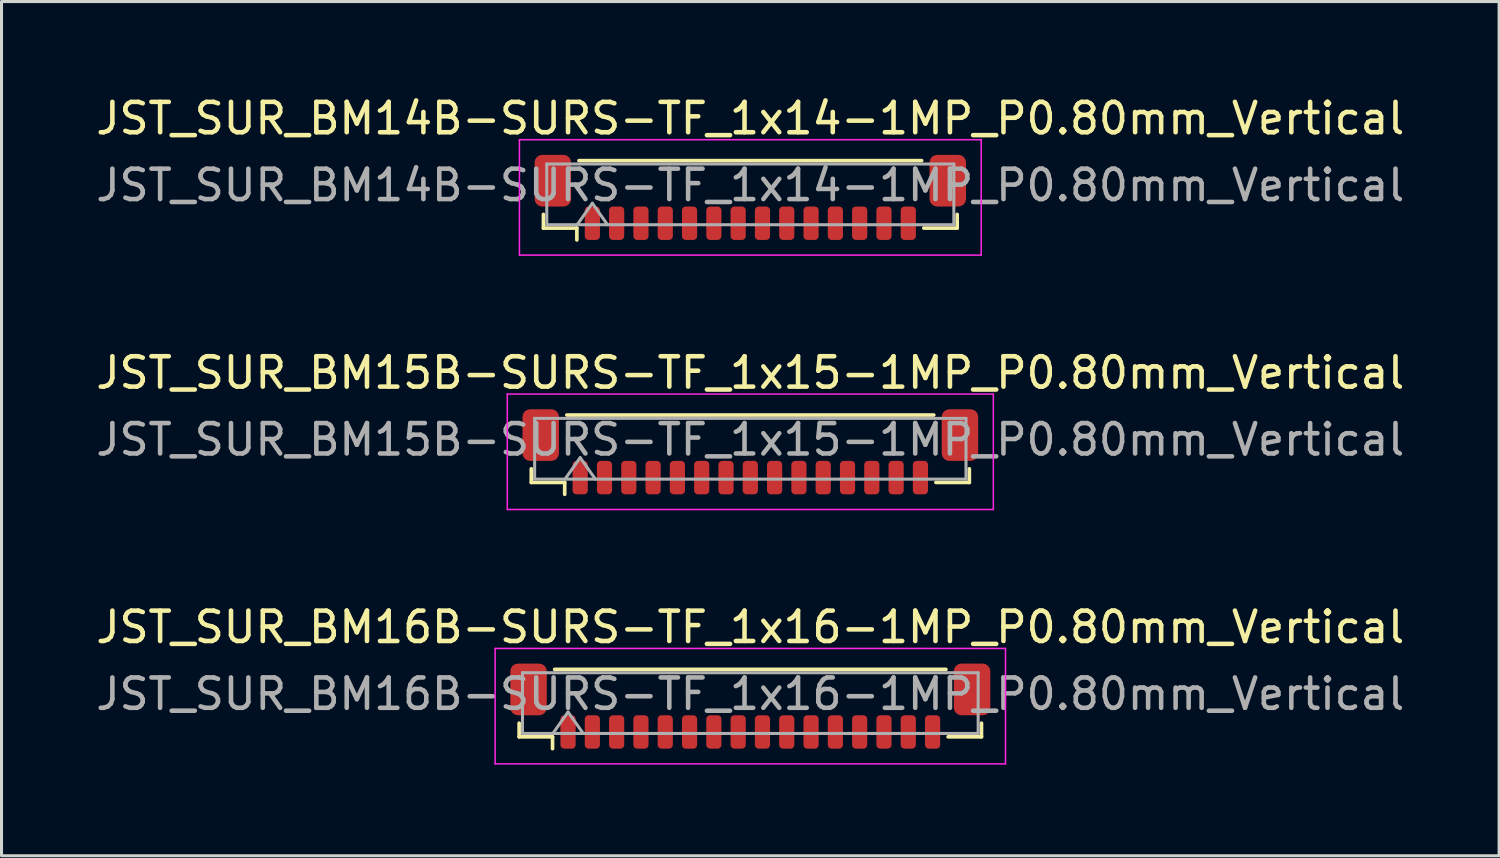
<source format=kicad_pcb>
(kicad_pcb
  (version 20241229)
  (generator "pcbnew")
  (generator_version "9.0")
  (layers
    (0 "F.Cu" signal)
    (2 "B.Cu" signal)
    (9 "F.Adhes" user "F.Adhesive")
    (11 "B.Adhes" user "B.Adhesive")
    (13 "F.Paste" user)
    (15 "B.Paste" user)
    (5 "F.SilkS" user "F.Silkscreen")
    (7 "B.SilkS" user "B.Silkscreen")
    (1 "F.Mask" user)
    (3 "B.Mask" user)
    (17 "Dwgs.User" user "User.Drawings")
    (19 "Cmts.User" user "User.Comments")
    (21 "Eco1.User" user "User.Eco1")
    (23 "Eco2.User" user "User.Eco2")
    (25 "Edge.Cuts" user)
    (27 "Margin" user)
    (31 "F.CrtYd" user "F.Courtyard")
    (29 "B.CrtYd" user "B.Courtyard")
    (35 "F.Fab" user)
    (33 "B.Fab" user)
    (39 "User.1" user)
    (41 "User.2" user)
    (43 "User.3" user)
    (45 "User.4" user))
  (footprint "JST_SUR_BM16B-SURS-TF_1x16-1MP_P0.80mm_Vertical"
    (layer "F.Cu")
    (at 21.649 20.195)
    (property "Reference" "JST_SUR_BM16B-SURS-TF_1x16-1MP_P0.80mm_Vertical" (at 0 -2.6 0) (layer "F.SilkS") (effects (font (size 1 1) (thickness 0.15))))
    (attr smd)
    (fp_line (start -7.61 0.56) (end -7.61 1.01) (stroke (width 0.12) (type solid)) (layer "F.SilkS"))
    (fp_line (start -7.61 1.01) (end -6.51 1.01) (stroke (width 0.12) (type solid)) (layer "F.SilkS"))
    (fp_line (start -6.51 1.01) (end -6.51 1.4) (stroke (width 0.12) (type solid)) (layer "F.SilkS"))
    (fp_line (start -6.44 -1.21) (end 6.44 -1.21) (stroke (width 0.12) (type solid)) (layer "F.SilkS"))
    (fp_line (start 7.61 0.56) (end 7.61 1.01) (stroke (width 0.12) (type solid)) (layer "F.SilkS"))
    (fp_line (start 7.61 1.01) (end 6.51 1.01) (stroke (width 0.12) (type solid)) (layer "F.SilkS"))
    (fp_line (start -8.4 -1.9) (end -8.4 1.9) (stroke (width 0.05) (type solid)) (layer "F.CrtYd"))
    (fp_line (start -8.4 1.9) (end 8.4 1.9) (stroke (width 0.05) (type solid)) (layer "F.CrtYd"))
    (fp_line (start 8.4 -1.9) (end -8.4 -1.9) (stroke (width 0.05) (type solid)) (layer "F.CrtYd"))
    (fp_line (start 8.4 1.9) (end 8.4 -1.9) (stroke (width 0.05) (type solid)) (layer "F.CrtYd"))
    (fp_line (start -7.5 -1.1) (end 7.5 -1.1) (stroke (width 0.1) (type solid)) (layer "F.Fab"))
    (fp_line (start -7.5 0.9) (end -7.5 -1.1) (stroke (width 0.1) (type solid)) (layer "F.Fab"))
    (fp_line (start -7.5 0.9) (end 7.5 0.9) (stroke (width 0.1) (type solid)) (layer "F.Fab"))
    (fp_line (start -6.5 0.9) (end -6 0.193) (stroke (width 0.1) (type solid)) (layer "F.Fab"))
    (fp_line (start -6 0.193) (end -5.5 0.9) (stroke (width 0.1) (type solid)) (layer "F.Fab"))
    (fp_line (start 7.5 0.9) (end 7.5 -1.1) (stroke (width 0.1) (type solid)) (layer "F.Fab"))
    (fp_text user "${REFERENCE}" (at 0 -0.4 0) (layer "F.Fab") (effects (font (size 1 1) (thickness 0.15))))
    (pad "1" smd roundrect (at -6 0.85) (size 0.5 1.1) (layers "F.Cu" "F.Mask" "F.Paste") (roundrect_rratio 0.25))
    (pad "2" smd roundrect (at -5.2 0.85) (size 0.5 1.1) (layers "F.Cu" "F.Mask" "F.Paste") (roundrect_rratio 0.25))
    (pad "3" smd roundrect (at -4.4 0.85) (size 0.5 1.1) (layers "F.Cu" "F.Mask" "F.Paste") (roundrect_rratio 0.25))
    (pad "4" smd roundrect (at -3.6 0.85) (size 0.5 1.1) (layers "F.Cu" "F.Mask" "F.Paste") (roundrect_rratio 0.25))
    (pad "5" smd roundrect (at -2.8 0.85) (size 0.5 1.1) (layers "F.Cu" "F.Mask" "F.Paste") (roundrect_rratio 0.25))
    (pad "6" smd roundrect (at -2 0.85) (size 0.5 1.1) (layers "F.Cu" "F.Mask" "F.Paste") (roundrect_rratio 0.25))
    (pad "7" smd roundrect (at -1.2 0.85) (size 0.5 1.1) (layers "F.Cu" "F.Mask" "F.Paste") (roundrect_rratio 0.25))
    (pad "8" smd roundrect (at -0.4 0.85) (size 0.5 1.1) (layers "F.Cu" "F.Mask" "F.Paste") (roundrect_rratio 0.25))
    (pad "9" smd roundrect (at 0.4 0.85) (size 0.5 1.1) (layers "F.Cu" "F.Mask" "F.Paste") (roundrect_rratio 0.25))
    (pad "10" smd roundrect (at 1.2 0.85) (size 0.5 1.1) (layers "F.Cu" "F.Mask" "F.Paste") (roundrect_rratio 0.25))
    (pad "11" smd roundrect (at 2 0.85) (size 0.5 1.1) (layers "F.Cu" "F.Mask" "F.Paste") (roundrect_rratio 0.25))
    (pad "12" smd roundrect (at 2.8 0.85) (size 0.5 1.1) (layers "F.Cu" "F.Mask" "F.Paste") (roundrect_rratio 0.25))
    (pad "13" smd roundrect (at 3.6 0.85) (size 0.5 1.1) (layers "F.Cu" "F.Mask" "F.Paste") (roundrect_rratio 0.25))
    (pad "14" smd roundrect (at 4.4 0.85) (size 0.5 1.1) (layers "F.Cu" "F.Mask" "F.Paste") (roundrect_rratio 0.25))
    (pad "15" smd roundrect (at 5.2 0.85) (size 0.5 1.1) (layers "F.Cu" "F.Mask" "F.Paste") (roundrect_rratio 0.25))
    (pad "16" smd roundrect (at 6 0.85) (size 0.5 1.1) (layers "F.Cu" "F.Mask" "F.Paste") (roundrect_rratio 0.25))
    (pad "MP" smd roundrect (at -7.3 -0.55) (size 1.2 1.7) (layers "F.Cu" "F.Mask" "F.Paste") (roundrect_rratio 0.208))
    (pad "MP" smd roundrect (at 7.3 -0.55) (size 1.2 1.7) (layers "F.Cu" "F.Mask" "F.Paste") (roundrect_rratio 0.208)))
  (footprint "JST_SUR_BM14B-SURS-TF_1x14-1MP_P0.80mm_Vertical"
    (layer "F.Cu")
    (at 21.649 3.448)
    (property "Reference" "JST_SUR_BM14B-SURS-TF_1x14-1MP_P0.80mm_Vertical" (at 0 -2.6 0) (layer "F.SilkS") (effects (font (size 1 1) (thickness 0.15))))
    (attr smd)
    (fp_line (start -6.81 0.56) (end -6.81 1.01) (stroke (width 0.12) (type solid)) (layer "F.SilkS"))
    (fp_line (start -6.81 1.01) (end -5.71 1.01) (stroke (width 0.12) (type solid)) (layer "F.SilkS"))
    (fp_line (start -5.71 1.01) (end -5.71 1.4) (stroke (width 0.12) (type solid)) (layer "F.SilkS"))
    (fp_line (start -5.64 -1.21) (end 5.64 -1.21) (stroke (width 0.12) (type solid)) (layer "F.SilkS"))
    (fp_line (start 6.81 0.56) (end 6.81 1.01) (stroke (width 0.12) (type solid)) (layer "F.SilkS"))
    (fp_line (start 6.81 1.01) (end 5.71 1.01) (stroke (width 0.12) (type solid)) (layer "F.SilkS"))
    (fp_line (start -7.6 -1.9) (end -7.6 1.9) (stroke (width 0.05) (type solid)) (layer "F.CrtYd"))
    (fp_line (start -7.6 1.9) (end 7.6 1.9) (stroke (width 0.05) (type solid)) (layer "F.CrtYd"))
    (fp_line (start 7.6 -1.9) (end -7.6 -1.9) (stroke (width 0.05) (type solid)) (layer "F.CrtYd"))
    (fp_line (start 7.6 1.9) (end 7.6 -1.9) (stroke (width 0.05) (type solid)) (layer "F.CrtYd"))
    (fp_line (start -6.7 -1.1) (end 6.7 -1.1) (stroke (width 0.1) (type solid)) (layer "F.Fab"))
    (fp_line (start -6.7 0.9) (end -6.7 -1.1) (stroke (width 0.1) (type solid)) (layer "F.Fab"))
    (fp_line (start -6.7 0.9) (end 6.7 0.9) (stroke (width 0.1) (type solid)) (layer "F.Fab"))
    (fp_line (start -5.7 0.9) (end -5.2 0.193) (stroke (width 0.1) (type solid)) (layer "F.Fab"))
    (fp_line (start -5.2 0.193) (end -4.7 0.9) (stroke (width 0.1) (type solid)) (layer "F.Fab"))
    (fp_line (start 6.7 0.9) (end 6.7 -1.1) (stroke (width 0.1) (type solid)) (layer "F.Fab"))
    (fp_text user "${REFERENCE}" (at 0 -0.4 0) (layer "F.Fab") (effects (font (size 1 1) (thickness 0.15))))
    (pad "1" smd roundrect (at -5.2 0.85) (size 0.5 1.1) (layers "F.Cu" "F.Mask" "F.Paste") (roundrect_rratio 0.25))
    (pad "2" smd roundrect (at -4.4 0.85) (size 0.5 1.1) (layers "F.Cu" "F.Mask" "F.Paste") (roundrect_rratio 0.25))
    (pad "3" smd roundrect (at -3.6 0.85) (size 0.5 1.1) (layers "F.Cu" "F.Mask" "F.Paste") (roundrect_rratio 0.25))
    (pad "4" smd roundrect (at -2.8 0.85) (size 0.5 1.1) (layers "F.Cu" "F.Mask" "F.Paste") (roundrect_rratio 0.25))
    (pad "5" smd roundrect (at -2 0.85) (size 0.5 1.1) (layers "F.Cu" "F.Mask" "F.Paste") (roundrect_rratio 0.25))
    (pad "6" smd roundrect (at -1.2 0.85) (size 0.5 1.1) (layers "F.Cu" "F.Mask" "F.Paste") (roundrect_rratio 0.25))
    (pad "7" smd roundrect (at -0.4 0.85) (size 0.5 1.1) (layers "F.Cu" "F.Mask" "F.Paste") (roundrect_rratio 0.25))
    (pad "8" smd roundrect (at 0.4 0.85) (size 0.5 1.1) (layers "F.Cu" "F.Mask" "F.Paste") (roundrect_rratio 0.25))
    (pad "9" smd roundrect (at 1.2 0.85) (size 0.5 1.1) (layers "F.Cu" "F.Mask" "F.Paste") (roundrect_rratio 0.25))
    (pad "10" smd roundrect (at 2 0.85) (size 0.5 1.1) (layers "F.Cu" "F.Mask" "F.Paste") (roundrect_rratio 0.25))
    (pad "11" smd roundrect (at 2.8 0.85) (size 0.5 1.1) (layers "F.Cu" "F.Mask" "F.Paste") (roundrect_rratio 0.25))
    (pad "12" smd roundrect (at 3.6 0.85) (size 0.5 1.1) (layers "F.Cu" "F.Mask" "F.Paste") (roundrect_rratio 0.25))
    (pad "13" smd roundrect (at 4.4 0.85) (size 0.5 1.1) (layers "F.Cu" "F.Mask" "F.Paste") (roundrect_rratio 0.25))
    (pad "14" smd roundrect (at 5.2 0.85) (size 0.5 1.1) (layers "F.Cu" "F.Mask" "F.Paste") (roundrect_rratio 0.25))
    (pad "MP" smd roundrect (at -6.5 -0.55) (size 1.2 1.7) (layers "F.Cu" "F.Mask" "F.Paste") (roundrect_rratio 0.208))
    (pad "MP" smd roundrect (at 6.5 -0.55) (size 1.2 1.7) (layers "F.Cu" "F.Mask" "F.Paste") (roundrect_rratio 0.208)))
  (footprint "JST_SUR_BM15B-SURS-TF_1x15-1MP_P0.80mm_Vertical"
    (layer "F.Cu")
    (at 21.649 11.822)
    (property "Reference" "JST_SUR_BM15B-SURS-TF_1x15-1MP_P0.80mm_Vertical" (at 0 -2.6 0) (layer "F.SilkS") (effects (font (size 1 1) (thickness 0.15))))
    (attr smd)
    (fp_line (start -7.21 0.56) (end -7.21 1.01) (stroke (width 0.12) (type solid)) (layer "F.SilkS"))
    (fp_line (start -7.21 1.01) (end -6.11 1.01) (stroke (width 0.12) (type solid)) (layer "F.SilkS"))
    (fp_line (start -6.11 1.01) (end -6.11 1.4) (stroke (width 0.12) (type solid)) (layer "F.SilkS"))
    (fp_line (start -6.04 -1.21) (end 6.04 -1.21) (stroke (width 0.12) (type solid)) (layer "F.SilkS"))
    (fp_line (start 7.21 0.56) (end 7.21 1.01) (stroke (width 0.12) (type solid)) (layer "F.SilkS"))
    (fp_line (start 7.21 1.01) (end 6.11 1.01) (stroke (width 0.12) (type solid)) (layer "F.SilkS"))
    (fp_line (start -8 -1.9) (end -8 1.9) (stroke (width 0.05) (type solid)) (layer "F.CrtYd"))
    (fp_line (start -8 1.9) (end 8 1.9) (stroke (width 0.05) (type solid)) (layer "F.CrtYd"))
    (fp_line (start 8 -1.9) (end -8 -1.9) (stroke (width 0.05) (type solid)) (layer "F.CrtYd"))
    (fp_line (start 8 1.9) (end 8 -1.9) (stroke (width 0.05) (type solid)) (layer "F.CrtYd"))
    (fp_line (start -7.1 -1.1) (end 7.1 -1.1) (stroke (width 0.1) (type solid)) (layer "F.Fab"))
    (fp_line (start -7.1 0.9) (end -7.1 -1.1) (stroke (width 0.1) (type solid)) (layer "F.Fab"))
    (fp_line (start -7.1 0.9) (end 7.1 0.9) (stroke (width 0.1) (type solid)) (layer "F.Fab"))
    (fp_line (start -6.1 0.9) (end -5.6 0.193) (stroke (width 0.1) (type solid)) (layer "F.Fab"))
    (fp_line (start -5.6 0.193) (end -5.1 0.9) (stroke (width 0.1) (type solid)) (layer "F.Fab"))
    (fp_line (start 7.1 0.9) (end 7.1 -1.1) (stroke (width 0.1) (type solid)) (layer "F.Fab"))
    (fp_text user "${REFERENCE}" (at 0 -0.4 0) (layer "F.Fab") (effects (font (size 1 1) (thickness 0.15))))
    (pad "1" smd roundrect (at -5.6 0.85) (size 0.5 1.1) (layers "F.Cu" "F.Mask" "F.Paste") (roundrect_rratio 0.25))
    (pad "2" smd roundrect (at -4.8 0.85) (size 0.5 1.1) (layers "F.Cu" "F.Mask" "F.Paste") (roundrect_rratio 0.25))
    (pad "3" smd roundrect (at -4 0.85) (size 0.5 1.1) (layers "F.Cu" "F.Mask" "F.Paste") (roundrect_rratio 0.25))
    (pad "4" smd roundrect (at -3.2 0.85) (size 0.5 1.1) (layers "F.Cu" "F.Mask" "F.Paste") (roundrect_rratio 0.25))
    (pad "5" smd roundrect (at -2.4 0.85) (size 0.5 1.1) (layers "F.Cu" "F.Mask" "F.Paste") (roundrect_rratio 0.25))
    (pad "6" smd roundrect (at -1.6 0.85) (size 0.5 1.1) (layers "F.Cu" "F.Mask" "F.Paste") (roundrect_rratio 0.25))
    (pad "7" smd roundrect (at -0.8 0.85) (size 0.5 1.1) (layers "F.Cu" "F.Mask" "F.Paste") (roundrect_rratio 0.25))
    (pad "8" smd roundrect (at 0 0.85) (size 0.5 1.1) (layers "F.Cu" "F.Mask" "F.Paste") (roundrect_rratio 0.25))
    (pad "9" smd roundrect (at 0.8 0.85) (size 0.5 1.1) (layers "F.Cu" "F.Mask" "F.Paste") (roundrect_rratio 0.25))
    (pad "10" smd roundrect (at 1.6 0.85) (size 0.5 1.1) (layers "F.Cu" "F.Mask" "F.Paste") (roundrect_rratio 0.25))
    (pad "11" smd roundrect (at 2.4 0.85) (size 0.5 1.1) (layers "F.Cu" "F.Mask" "F.Paste") (roundrect_rratio 0.25))
    (pad "12" smd roundrect (at 3.2 0.85) (size 0.5 1.1) (layers "F.Cu" "F.Mask" "F.Paste") (roundrect_rratio 0.25))
    (pad "13" smd roundrect (at 4 0.85) (size 0.5 1.1) (layers "F.Cu" "F.Mask" "F.Paste") (roundrect_rratio 0.25))
    (pad "14" smd roundrect (at 4.8 0.85) (size 0.5 1.1) (layers "F.Cu" "F.Mask" "F.Paste") (roundrect_rratio 0.25))
    (pad "15" smd roundrect (at 5.6 0.85) (size 0.5 1.1) (layers "F.Cu" "F.Mask" "F.Paste") (roundrect_rratio 0.25))
    (pad "MP" smd roundrect (at -6.9 -0.55) (size 1.2 1.7) (layers "F.Cu" "F.Mask" "F.Paste") (roundrect_rratio 0.208))
    (pad "MP" smd roundrect (at 6.9 -0.55) (size 1.2 1.7) (layers "F.Cu" "F.Mask" "F.Paste") (roundrect_rratio 0.208)))
  (gr_rect
    (start -3 -3)
    (end 46.298 25.12)
    (stroke (width 0.1) (type default))
    (fill no)
    (layer "Edge.Cuts")))
</source>
